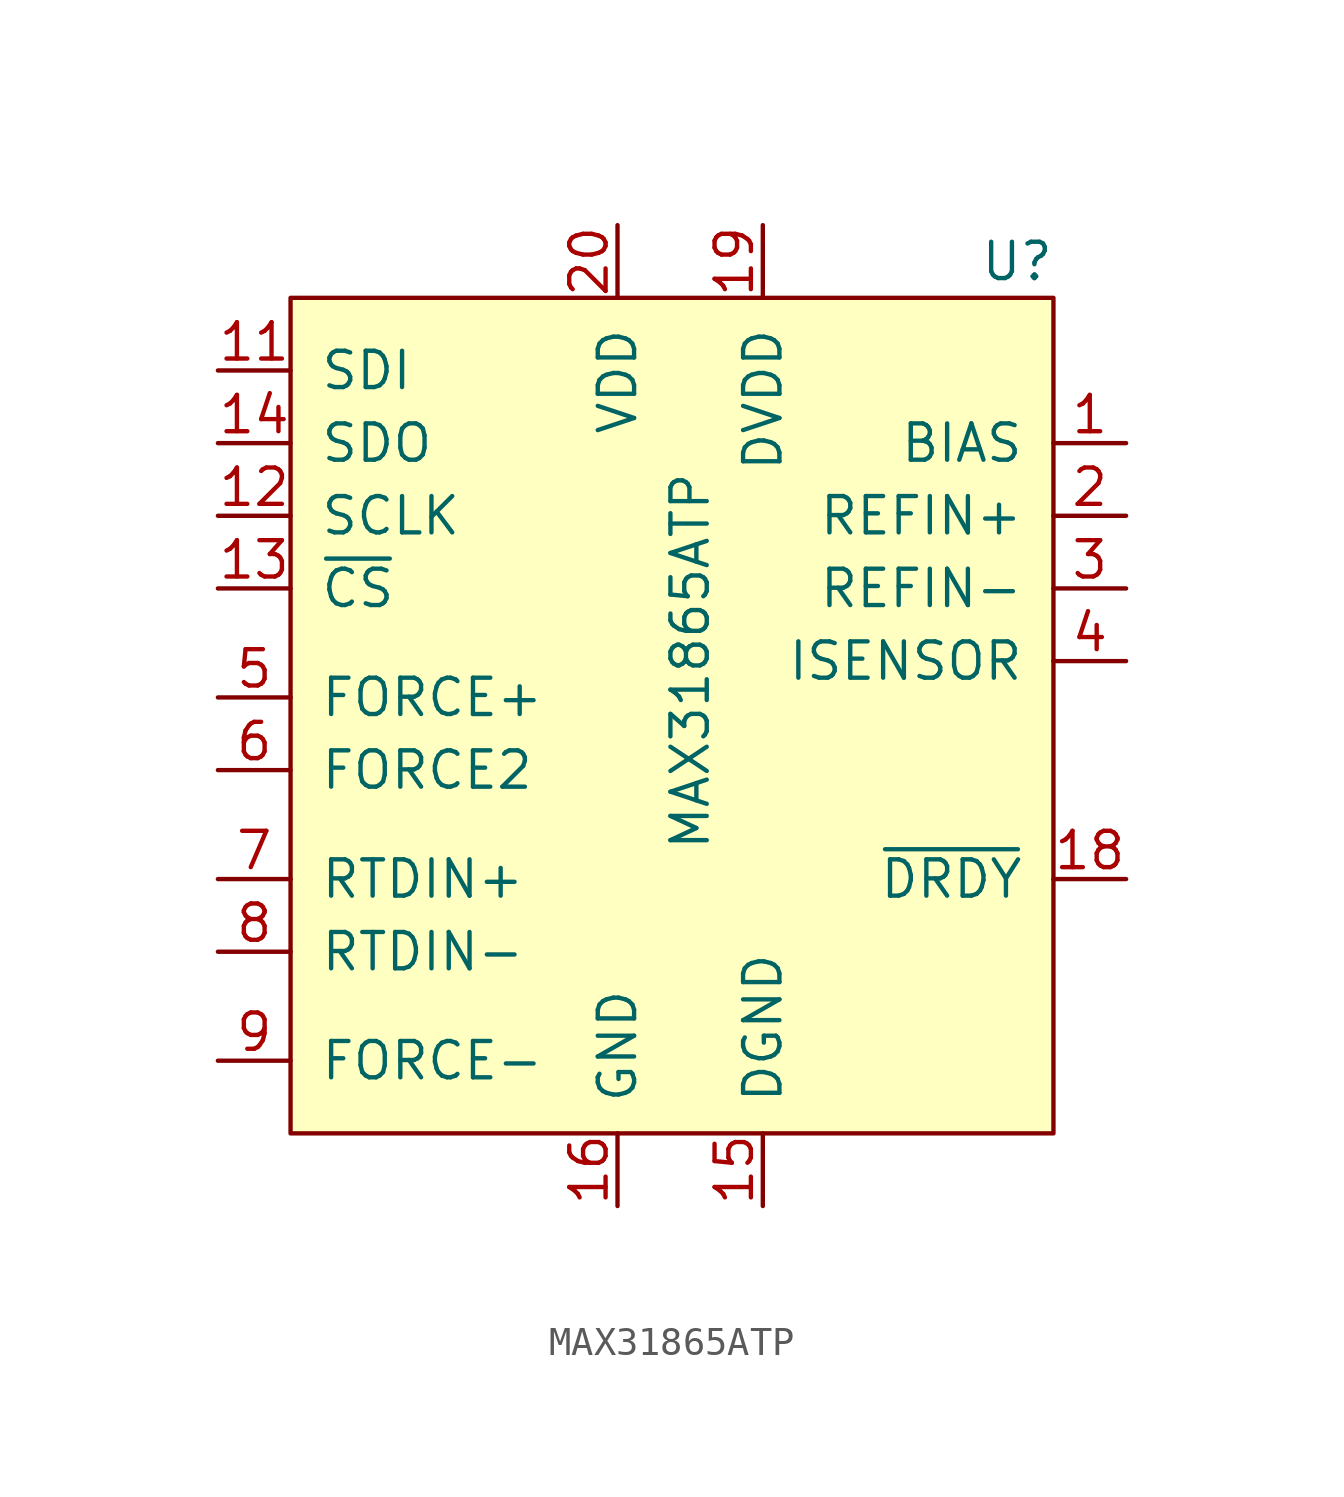
<source format=kicad_sym>
(kicad_symbol_lib
  (version 20211014)
  (generator kicad_symbol_editor)
  (symbol "MAX31865ATP"
    (pin_names
      (offset 1.016))
    (property "Reference" "U"
      (at 11.43 15.24 0)
      (effects (font (size 1.27 1.27))))
    (property "Value" "MAX31865ATP"
      (at 0 1.27 90)
      (effects (font (size 1.27 1.27))))
    (symbol "MAX31865ATP_0_1"
      (rectangle (start -13.97 13.97) (end 12.7 -15.24) (stroke (width 0) (type default) (color 0 0 0 0)) (fill (type background))))
    (symbol "MAX31865ATP_1_1"
      (pin power_out line (at 15.24 8.89 180) (length 2.54) (name "BIAS" (effects (font (size 1.27 1.27)))) (number "1" (effects (font (size 1.27 1.27)))))
      (pin passive line (at -2.54 -17.78 90) (length 2.54) hide (name "GND" (effects (font (size 1.27 1.27)))) (number "10" (effects (font (size 1.27 1.27)))))
      (pin input line (at -16.51 11.43 0) (length 2.54) (name "SDI" (effects (font (size 1.27 1.27)))) (number "11" (effects (font (size 1.27 1.27)))))
      (pin input line (at -16.51 6.35 0) (length 2.54) (name "SCLK" (effects (font (size 1.27 1.27)))) (number "12" (effects (font (size 1.27 1.27)))))
      (pin input line (at -16.51 3.81 0) (length 2.54) (name "~{CS}" (effects (font (size 1.27 1.27)))) (number "13" (effects (font (size 1.27 1.27)))))
      (pin tri_state line (at -16.51 8.89 0) (length 2.54) (name "SDO" (effects (font (size 1.27 1.27)))) (number "14" (effects (font (size 1.27 1.27)))))
      (pin power_in line (at 2.54 -17.78 90) (length 2.54) (name "DGND" (effects (font (size 1.27 1.27)))) (number "15" (effects (font (size 1.27 1.27)))))
      (pin power_in line (at -2.54 -17.78 90) (length 2.54) (name "GND" (effects (font (size 1.27 1.27)))) (number "16" (effects (font (size 1.27 1.27)))))
      (pin no_connect line (at 12.7 -12.7 180) (length 2.54) hide (name "~" (effects (font (size 1.27 1.27)))) (number "17" (effects (font (size 1.27 1.27)))))
      (pin output line (at 15.24 -6.35 180) (length 2.54) (name "~{DRDY}" (effects (font (size 1.27 1.27)))) (number "18" (effects (font (size 1.27 1.27)))))
      (pin power_in line (at 2.54 16.51 270) (length 2.54) (name "DVDD" (effects (font (size 1.27 1.27)))) (number "19" (effects (font (size 1.27 1.27)))))
      (pin input line (at 15.24 6.35 180) (length 2.54) (name "REFIN+" (effects (font (size 1.27 1.27)))) (number "2" (effects (font (size 1.27 1.27)))))
      (pin power_in line (at -2.54 16.51 270) (length 2.54) (name "VDD" (effects (font (size 1.27 1.27)))) (number "20" (effects (font (size 1.27 1.27)))))
      (pin passive line (at -2.54 -17.78 90) (length 2.54) hide (name "GND" (effects (font (size 1.27 1.27)))) (number "21" (effects (font (size 1.27 1.27)))))
      (pin input line (at 15.24 3.81 180) (length 2.54) (name "REFIN-" (effects (font (size 1.27 1.27)))) (number "3" (effects (font (size 1.27 1.27)))))
      (pin input line (at 15.24 1.27 180) (length 2.54) (name "ISENSOR" (effects (font (size 1.27 1.27)))) (number "4" (effects (font (size 1.27 1.27)))))
      (pin power_out line (at -16.51 0 0) (length 2.54) (name "FORCE+" (effects (font (size 1.27 1.27)))) (number "5" (effects (font (size 1.27 1.27)))))
      (pin input line (at -16.51 -2.54 0) (length 2.54) (name "FORCE2" (effects (font (size 1.27 1.27)))) (number "6" (effects (font (size 1.27 1.27)))))
      (pin input line (at -16.51 -6.35 0) (length 2.54) (name "RTDIN+" (effects (font (size 1.27 1.27)))) (number "7" (effects (font (size 1.27 1.27)))))
      (pin input line (at -16.51 -8.89 0) (length 2.54) (name "RTDIN-" (effects (font (size 1.27 1.27)))) (number "8" (effects (font (size 1.27 1.27)))))
      (pin input line (at -16.51 -12.7 0) (length 2.54) (name "FORCE-" (effects (font (size 1.27 1.27)))) (number "9" (effects (font (size 1.27 1.27))))))))
</source>
